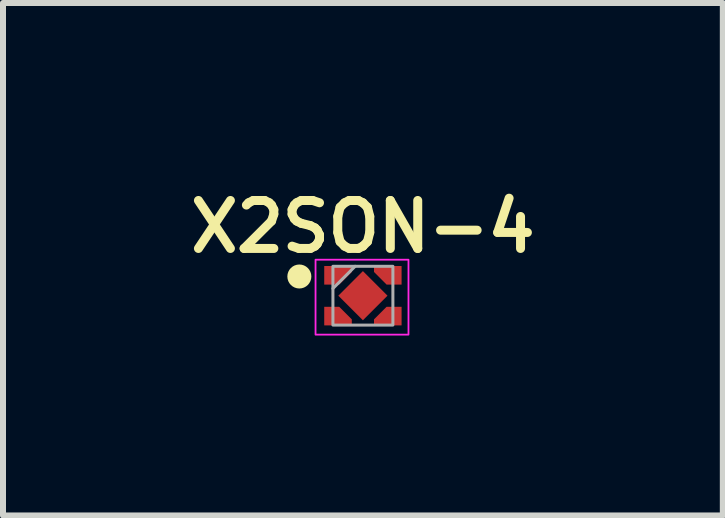
<source format=kicad_pcb>
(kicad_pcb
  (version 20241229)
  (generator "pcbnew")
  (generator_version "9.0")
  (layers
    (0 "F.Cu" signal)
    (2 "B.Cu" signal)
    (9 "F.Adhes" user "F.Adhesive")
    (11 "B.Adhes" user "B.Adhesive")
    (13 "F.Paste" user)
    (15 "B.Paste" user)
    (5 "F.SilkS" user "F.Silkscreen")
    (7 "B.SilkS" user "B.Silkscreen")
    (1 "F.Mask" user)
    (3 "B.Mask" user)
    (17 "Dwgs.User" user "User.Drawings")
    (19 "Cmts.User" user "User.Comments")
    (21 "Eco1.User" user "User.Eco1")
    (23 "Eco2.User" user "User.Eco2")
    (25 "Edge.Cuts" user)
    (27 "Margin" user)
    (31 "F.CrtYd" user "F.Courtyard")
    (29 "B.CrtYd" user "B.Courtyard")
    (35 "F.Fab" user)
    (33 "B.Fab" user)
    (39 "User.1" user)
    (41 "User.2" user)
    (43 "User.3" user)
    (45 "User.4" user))
  (footprint "X2SON-4"
    (layer "F.Cu")
    (at 3.002 1.881)
    (property "Reference" "X2SON-4" (at 0 -1.15 0) (unlocked yes) (layer "F.SilkS") (effects (font (size 0.8 0.8) (thickness 0.15) (bold yes))))
    (attr smd)
    (fp_poly (pts (xy -0.339 -0.001) (xy 0 -0.34) (xy 0.339 -0.001) (xy 0 0.339)) (stroke (width 0) (type solid)) (fill yes) (layer "F.Mask"))
    (fp_poly (pts (xy -0.42 -0.235) (xy -0.6 -0.235) (xy -0.6 -0.445) (xy -0.24 -0.445) (xy -0.24 -0.415)) (stroke (width 0) (type solid)) (fill yes) (layer "F.Mask"))
    (fp_poly (pts (xy -0.42 0.235) (xy -0.6 0.235) (xy -0.6 0.445) (xy -0.24 0.445) (xy -0.24 0.415)) (stroke (width 0) (type solid)) (fill yes) (layer "F.Mask"))
    (fp_poly (pts (xy 0.42 -0.235) (xy 0.6 -0.235) (xy 0.6 -0.445) (xy 0.24 -0.445) (xy 0.24 -0.415)) (stroke (width 0) (type solid)) (fill yes) (layer "F.Mask"))
    (fp_poly (pts (xy 0.42 0.235) (xy 0.6 0.235) (xy 0.6 0.445) (xy 0.24 0.445) (xy 0.24 0.415)) (stroke (width 0) (type solid)) (fill yes) (layer "F.Mask"))
    (fp_circle (center -1.06 -0.32) (end -0.86 -0.32) (stroke (width 0) (type solid)) (fill yes) (layer "F.SilkS"))
    (fp_poly (pts (xy -0.318 0) (xy 0 -0.318) (xy 0.318 0) (xy 0 0.318)) (stroke (width 0) (type solid)) (fill yes) (layer "F.Paste"))
    (fp_poly (pts (xy -0.64 -0.445) (xy -0.24 -0.445) (xy -0.24 -0.415) (xy -0.42 -0.235) (xy -0.64 -0.235)) (stroke (width 0) (type solid)) (fill yes) (layer "F.Paste"))
    (fp_poly (pts (xy -0.64 0.445) (xy -0.24 0.445) (xy -0.24 0.415) (xy -0.42 0.235) (xy -0.64 0.235)) (stroke (width 0) (type solid)) (fill yes) (layer "F.Paste"))
    (fp_poly (pts (xy 0.64 -0.445) (xy 0.24 -0.445) (xy 0.24 -0.415) (xy 0.42 -0.235) (xy 0.64 -0.235)) (stroke (width 0) (type solid)) (fill yes) (layer "F.Paste"))
    (fp_poly (pts (xy 0.64 0.445) (xy 0.24 0.445) (xy 0.24 0.415) (xy 0.42 0.235) (xy 0.64 0.235)) (stroke (width 0) (type solid)) (fill yes) (layer "F.Paste"))
    (fp_rect (start -0.79 -0.6) (end 0.76 0.65) (stroke (width 0.03) (type default)) (fill no) (layer "F.CrtYd"))
    (fp_line (start -0.13 -0.49) (end -0.5 -0.12) (stroke (width 0.05) (type default)) (layer "F.Fab"))
    (fp_rect (start -0.5 -0.49) (end 0.5 0.49) (stroke (width 0.05) (type default)) (fill no) (layer "F.Fab"))
    (fp_text user "${REFERENCE}" (at 0 0 0) (layer "User.8") (effects (font (size 0.2 0.2) (thickness 0.04))))
    (pad "1" smd custom (at -0.455 -0.355 180) (size 0.148 0.148) (layers "F.Cu") (options (anchor circle)) (primitives (gr_poly (pts (xy -0.27 0.04) (xy -0.27 0.14) (xy 0.19 0.14) (xy 0.19 -0.17) (xy -0.06 -0.17)) (width 0) (fill yes))))
    (pad "2" smd custom (at -0.455 0.355) (size 0.148 0.148) (layers "F.Cu") (options (anchor circle)) (primitives (gr_poly (pts (xy 0.27 0.04) (xy 0.27 0.14) (xy -0.19 0.14) (xy -0.19 -0.17) (xy 0.06 -0.17)) (width 0) (fill yes))))
    (pad "3" smd custom (at 0.455 0.355) (size 0.148 0.148) (layers "F.Cu") (options (anchor circle)) (primitives (gr_poly (pts (xy -0.27 0.04) (xy -0.27 0.14) (xy 0.19 0.14) (xy 0.19 -0.17) (xy -0.06 -0.17)) (width 0) (fill yes))))
    (pad "4" smd custom (at 0.455 -0.355 180) (size 0.148 0.148) (layers "F.Cu") (options (anchor circle)) (primitives (gr_poly (pts (xy 0.27 0.04) (xy 0.27 0.14) (xy -0.19 0.14) (xy -0.19 -0.17) (xy 0.06 -0.17)) (width 0) (fill yes))))
    (pad "6" smd rect (at 0 0 45) (size 0.58 0.58) (layers "F.Cu")))
  (gr_rect
    (start -3 -3)
    (end 9.004 5.546)
    (stroke (width 0.1) (type default))
    (fill no)
    (layer "Edge.Cuts")))
</source>
